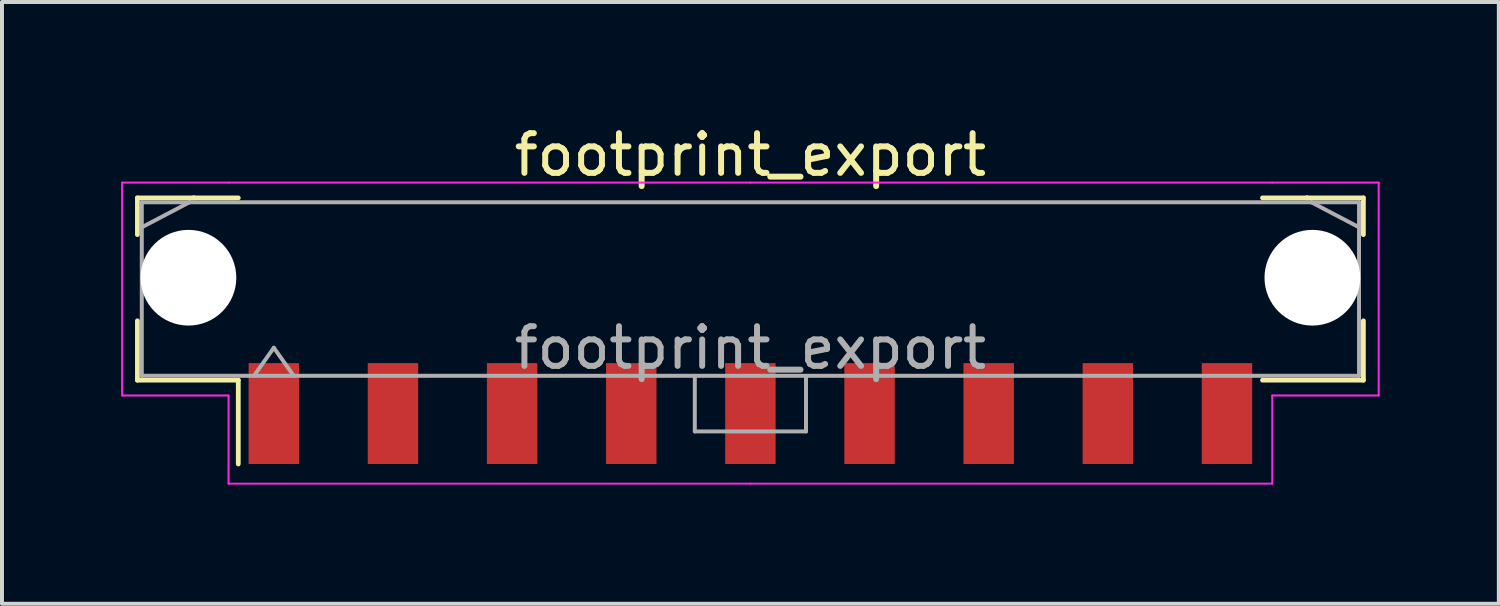
<source format=kicad_pcb>
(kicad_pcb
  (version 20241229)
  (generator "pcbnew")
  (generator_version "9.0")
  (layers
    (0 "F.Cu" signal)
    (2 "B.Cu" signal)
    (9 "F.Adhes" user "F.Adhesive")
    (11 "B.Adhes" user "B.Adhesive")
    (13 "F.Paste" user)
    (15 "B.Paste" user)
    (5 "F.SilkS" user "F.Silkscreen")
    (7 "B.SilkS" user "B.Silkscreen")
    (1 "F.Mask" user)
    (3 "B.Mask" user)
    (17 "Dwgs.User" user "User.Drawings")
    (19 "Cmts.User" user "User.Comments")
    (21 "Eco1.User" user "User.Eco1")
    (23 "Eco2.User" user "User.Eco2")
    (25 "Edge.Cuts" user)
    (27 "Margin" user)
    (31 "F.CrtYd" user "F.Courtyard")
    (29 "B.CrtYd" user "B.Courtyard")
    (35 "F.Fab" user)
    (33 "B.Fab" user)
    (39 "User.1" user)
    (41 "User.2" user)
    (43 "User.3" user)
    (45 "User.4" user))
  (footprint "footprint_export"
    (layer "F.Cu")
    (at 15.845 4.228)
    (property "Reference" "footprint_export" (at 0 -3.38 0) (layer "F.SilkS") (effects (font (size 1 1) (thickness 0.15))))
    (attr smd)
    (fp_line (start -15.435 -2.295) (end -14.015 -2.295) (stroke (width 0.12) (type solid)) (layer "F.SilkS"))
    (fp_line (start -15.435 -1.37) (end -15.435 -2.295) (stroke (width 0.12) (type solid)) (layer "F.SilkS"))
    (fp_line (start -15.435 0.8) (end -15.435 2.295) (stroke (width 0.12) (type solid)) (layer "F.SilkS"))
    (fp_line (start -15.435 2.295) (end -12.895 2.295) (stroke (width 0.12) (type solid)) (layer "F.SilkS"))
    (fp_line (start -14.015 -2.295) (end -14.015 -2.295) (stroke (width 0.12) (type solid)) (layer "F.SilkS"))
    (fp_line (start -14.015 -2.295) (end -12.895 -2.295) (stroke (width 0.12) (type solid)) (layer "F.SilkS"))
    (fp_line (start -12.895 2.295) (end -12.895 4.405) (stroke (width 0.12) (type solid)) (layer "F.SilkS"))
    (fp_line (start 14.015 -2.295) (end 12.895 -2.295) (stroke (width 0.12) (type solid)) (layer "F.SilkS"))
    (fp_line (start 14.015 -2.295) (end 14.015 -2.295) (stroke (width 0.12) (type solid)) (layer "F.SilkS"))
    (fp_line (start 15.435 -2.295) (end 14.015 -2.295) (stroke (width 0.12) (type solid)) (layer "F.SilkS"))
    (fp_line (start 15.435 -1.37) (end 15.435 -2.295) (stroke (width 0.12) (type solid)) (layer "F.SilkS"))
    (fp_line (start 15.435 0.8) (end 15.435 2.295) (stroke (width 0.12) (type solid)) (layer "F.SilkS"))
    (fp_line (start 15.435 2.295) (end 12.895 2.295) (stroke (width 0.12) (type solid)) (layer "F.SilkS"))
    (fp_line (start -15.82 -2.68) (end -15.82 2.68) (stroke (width 0.05) (type solid)) (layer "F.CrtYd"))
    (fp_line (start -15.82 2.68) (end -13.14 2.68) (stroke (width 0.05) (type solid)) (layer "F.CrtYd"))
    (fp_line (start -13.14 -2.68) (end -15.82 -2.68) (stroke (width 0.05) (type solid)) (layer "F.CrtYd"))
    (fp_line (start -13.14 2.68) (end -13.14 4.9) (stroke (width 0.05) (type solid)) (layer "F.CrtYd"))
    (fp_line (start -13.14 4.9) (end 0 4.9) (stroke (width 0.05) (type solid)) (layer "F.CrtYd"))
    (fp_line (start 0 -2.68) (end -13.14 -2.68) (stroke (width 0.05) (type solid)) (layer "F.CrtYd"))
    (fp_line (start 0 -2.68) (end 13.14 -2.68) (stroke (width 0.05) (type solid)) (layer "F.CrtYd"))
    (fp_line (start 13.14 -2.68) (end 15.82 -2.68) (stroke (width 0.05) (type solid)) (layer "F.CrtYd"))
    (fp_line (start 13.14 2.68) (end 13.14 4.9) (stroke (width 0.05) (type solid)) (layer "F.CrtYd"))
    (fp_line (start 13.14 4.9) (end 0 4.9) (stroke (width 0.05) (type solid)) (layer "F.CrtYd"))
    (fp_line (start 15.82 -2.68) (end 15.82 2.68) (stroke (width 0.05) (type solid)) (layer "F.CrtYd"))
    (fp_line (start 15.82 2.68) (end 13.14 2.68) (stroke (width 0.05) (type solid)) (layer "F.CrtYd"))
    (fp_line (start -15.325 -2.185) (end -15.325 2.185) (stroke (width 0.1) (type solid)) (layer "F.Fab"))
    (fp_line (start -15.325 -1.555) (end -14.125 -2.185) (stroke (width 0.1) (type solid)) (layer "F.Fab"))
    (fp_line (start -15.325 2.185) (end 15.325 2.185) (stroke (width 0.1) (type solid)) (layer "F.Fab"))
    (fp_line (start -14.125 -2.185) (end -15.325 -2.185) (stroke (width 0.1) (type solid)) (layer "F.Fab"))
    (fp_line (start -14.125 -2.185) (end -14.125 -2.185) (stroke (width 0.1) (type solid)) (layer "F.Fab"))
    (fp_line (start -12.5 2.185) (end -12 1.478) (stroke (width 0.1) (type solid)) (layer "F.Fab"))
    (fp_line (start -12 1.478) (end -11.5 2.185) (stroke (width 0.1) (type solid)) (layer "F.Fab"))
    (fp_line (start -1.4 2.185) (end -1.4 3.585) (stroke (width 0.1) (type solid)) (layer "F.Fab"))
    (fp_line (start -1.4 3.585) (end 1.4 3.585) (stroke (width 0.1) (type solid)) (layer "F.Fab"))
    (fp_line (start 1.4 3.585) (end 1.4 2.185) (stroke (width 0.1) (type solid)) (layer "F.Fab"))
    (fp_line (start 14.125 -2.185) (end -14.125 -2.185) (stroke (width 0.1) (type solid)) (layer "F.Fab"))
    (fp_line (start 14.125 -2.185) (end 14.125 -2.185) (stroke (width 0.1) (type solid)) (layer "F.Fab"))
    (fp_line (start 15.325 -2.185) (end 14.125 -2.185) (stroke (width 0.1) (type solid)) (layer "F.Fab"))
    (fp_line (start 15.325 -1.555) (end 14.125 -2.185) (stroke (width 0.1) (type solid)) (layer "F.Fab"))
    (fp_line (start 15.325 2.185) (end 15.325 -2.185) (stroke (width 0.1) (type solid)) (layer "F.Fab"))
    (fp_text user "${REFERENCE}" (at 0 1.48 0) (layer "F.Fab") (effects (font (size 1 1) (thickness 0.15))))
    (pad "" np_thru_hole circle (at -14.15 -0.285) (size 2.41 2.41) (drill 2.41) (layers "*.Cu" "*.Mask"))
    (pad "" np_thru_hole circle (at 14.15 -0.285) (size 2.41 2.41) (drill 2.41) (layers "*.Cu" "*.Mask"))
    (pad "1" smd rect (at -12 3.135) (size 1.27 2.54) (layers "F.Cu" "F.Mask" "F.Paste"))
    (pad "2" smd rect (at -9 3.135) (size 1.27 2.54) (layers "F.Cu" "F.Mask" "F.Paste"))
    (pad "3" smd rect (at -6 3.135) (size 1.27 2.54) (layers "F.Cu" "F.Mask" "F.Paste"))
    (pad "4" smd rect (at -3 3.135) (size 1.27 2.54) (layers "F.Cu" "F.Mask" "F.Paste"))
    (pad "5" smd rect (at 0 3.135) (size 1.27 2.54) (layers "F.Cu" "F.Mask" "F.Paste"))
    (pad "6" smd rect (at 3 3.135) (size 1.27 2.54) (layers "F.Cu" "F.Mask" "F.Paste"))
    (pad "7" smd rect (at 6 3.135) (size 1.27 2.54) (layers "F.Cu" "F.Mask" "F.Paste"))
    (pad "8" smd rect (at 9 3.135) (size 1.27 2.54) (layers "F.Cu" "F.Mask" "F.Paste"))
    (pad "9" smd rect (at 12 3.135) (size 1.27 2.54) (layers "F.Cu" "F.Mask" "F.Paste")))
  (gr_rect
    (start -3 -3)
    (end 34.69 12.153)
    (stroke (width 0.1) (type default))
    (fill no)
    (layer "Edge.Cuts")))
</source>
